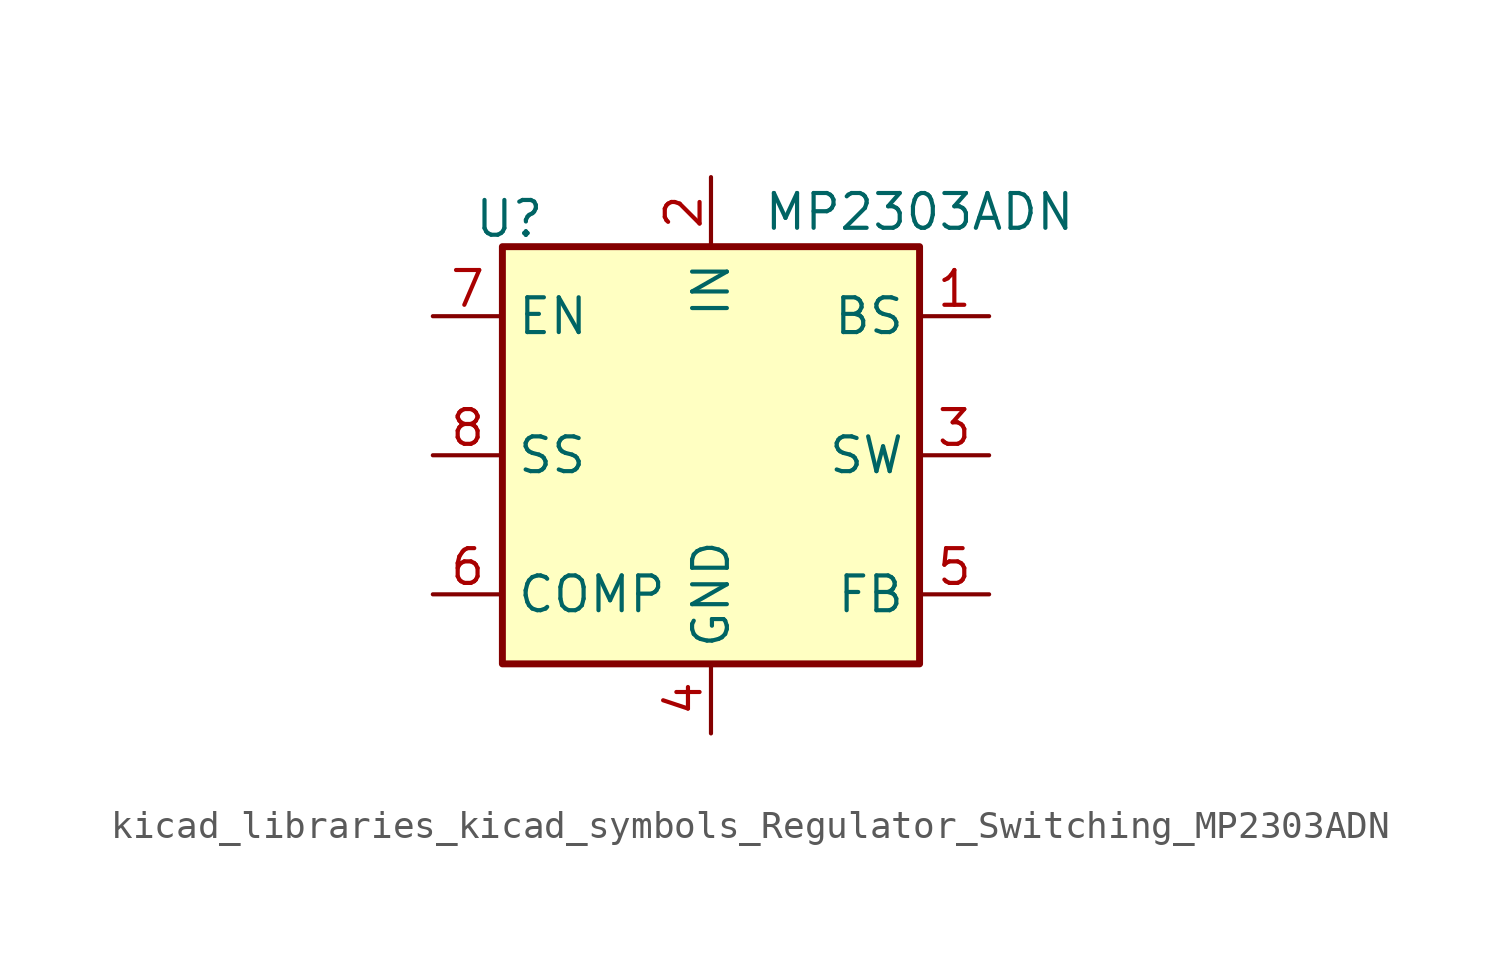
<source format=kicad_sym>
(kicad_symbol_lib
  (version 20220914)
  (generator kicad_symbol_editor)
  (symbol "kicad_libraries_kicad_symbols_Regulator_Switching_MP2303ADN"
    (property "Reference" "U"
      (at -7.366 8.636 0)
      (effects (font (size 1.27 1.27))))
    (property "Value" "MP2303ADN"
      (at 7.62 8.89 0)
      (effects (font (size 1.27 1.27))))
    (symbol "kicad_libraries_kicad_symbols_Regulator_Switching_MP2303ADN_0_1"
      (rectangle (start -7.62 7.62) (end 7.62 -7.62) (stroke (width 0.254) (type default)) (fill (type background))))
    (symbol "kicad_libraries_kicad_symbols_Regulator_Switching_MP2303ADN_1_1"
      (pin passive line (at 10.16 5.08 180) (length 2.54) (name "BS" (effects (font (size 1.27 1.27)))) (number "1" (effects (font (size 1.27 1.27)))))
      (pin power_in line (at 0 10.16 270) (length 2.54) (name "IN" (effects (font (size 1.27 1.27)))) (number "2" (effects (font (size 1.27 1.27)))))
      (pin output line (at 10.16 0 180) (length 2.54) (name "SW" (effects (font (size 1.27 1.27)))) (number "3" (effects (font (size 1.27 1.27)))))
      (pin power_in line (at 0 -10.16 90) (length 2.54) (name "GND" (effects (font (size 1.27 1.27)))) (number "4" (effects (font (size 1.27 1.27)))))
      (pin input line (at 10.16 -5.08 180) (length 2.54) (name "FB" (effects (font (size 1.27 1.27)))) (number "5" (effects (font (size 1.27 1.27)))))
      (pin passive line (at -10.16 -5.08 0) (length 2.54) (name "COMP" (effects (font (size 1.27 1.27)))) (number "6" (effects (font (size 1.27 1.27)))))
      (pin input line (at -10.16 5.08 0) (length 2.54) (name "EN" (effects (font (size 1.27 1.27)))) (number "7" (effects (font (size 1.27 1.27)))))
      (pin input line (at -10.16 0 0) (length 2.54) (name "SS" (effects (font (size 1.27 1.27)))) (number "8" (effects (font (size 1.27 1.27))))))))
</source>
